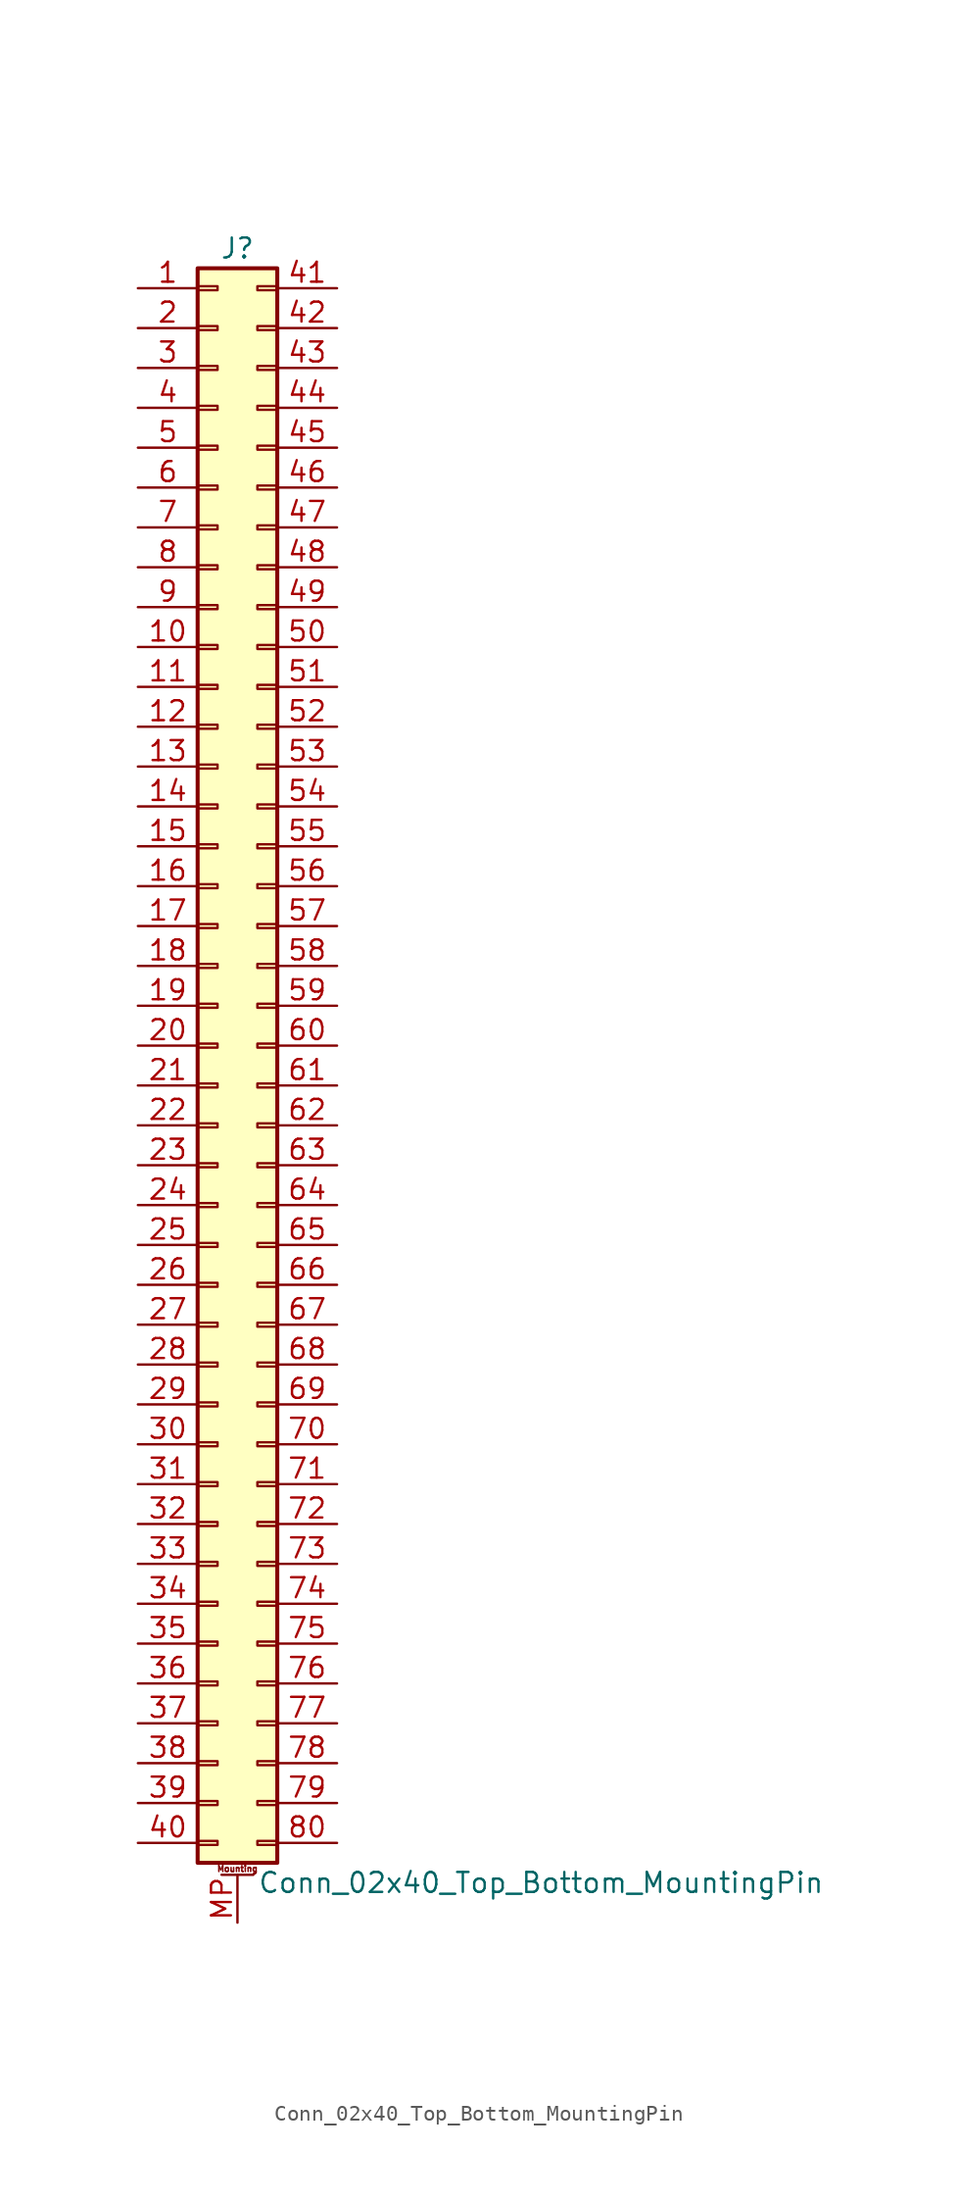
<source format=kicad_sym>
(kicad_symbol_lib
  (version 20211014)
  (generator kicad_symbol_editor)
  (symbol "Conn_02x40_Top_Bottom_MountingPin"
    (pin_names
      (offset 1.016) hide)
    (property "Reference" "J"
      (at 1.27 50.8 0)
      (effects (font (size 1.27 1.27))))
    (property "Value" "Conn_02x40_Top_Bottom_MountingPin"
      (at 2.54 -53.34 0)
      (effects (font (size 1.27 1.27)) (justify left)))
    (symbol "Conn_02x40_Top_Bottom_MountingPin_1_1"
      (rectangle (start -1.27 -50.673) (end 0 -50.927) (stroke (width 0.152) (type default) (color 0 0 0 0)) (fill (type none)))
      (rectangle (start -1.27 -48.133) (end 0 -48.387) (stroke (width 0.152) (type default) (color 0 0 0 0)) (fill (type none)))
      (rectangle (start -1.27 -45.593) (end 0 -45.847) (stroke (width 0.152) (type default) (color 0 0 0 0)) (fill (type none)))
      (rectangle (start -1.27 -43.053) (end 0 -43.307) (stroke (width 0.152) (type default) (color 0 0 0 0)) (fill (type none)))
      (rectangle (start -1.27 -40.513) (end 0 -40.767) (stroke (width 0.152) (type default) (color 0 0 0 0)) (fill (type none)))
      (rectangle (start -1.27 -37.973) (end 0 -38.227) (stroke (width 0.152) (type default) (color 0 0 0 0)) (fill (type none)))
      (rectangle (start -1.27 -35.433) (end 0 -35.687) (stroke (width 0.152) (type default) (color 0 0 0 0)) (fill (type none)))
      (rectangle (start -1.27 -32.893) (end 0 -33.147) (stroke (width 0.152) (type default) (color 0 0 0 0)) (fill (type none)))
      (rectangle (start -1.27 -30.353) (end 0 -30.607) (stroke (width 0.152) (type default) (color 0 0 0 0)) (fill (type none)))
      (rectangle (start -1.27 -27.813) (end 0 -28.067) (stroke (width 0.152) (type default) (color 0 0 0 0)) (fill (type none)))
      (rectangle (start -1.27 -25.273) (end 0 -25.527) (stroke (width 0.152) (type default) (color 0 0 0 0)) (fill (type none)))
      (rectangle (start -1.27 -22.733) (end 0 -22.987) (stroke (width 0.152) (type default) (color 0 0 0 0)) (fill (type none)))
      (rectangle (start -1.27 -20.193) (end 0 -20.447) (stroke (width 0.152) (type default) (color 0 0 0 0)) (fill (type none)))
      (rectangle (start -1.27 -17.653) (end 0 -17.907) (stroke (width 0.152) (type default) (color 0 0 0 0)) (fill (type none)))
      (rectangle (start -1.27 -15.113) (end 0 -15.367) (stroke (width 0.152) (type default) (color 0 0 0 0)) (fill (type none)))
      (rectangle (start -1.27 -12.573) (end 0 -12.827) (stroke (width 0.152) (type default) (color 0 0 0 0)) (fill (type none)))
      (rectangle (start -1.27 -10.033) (end 0 -10.287) (stroke (width 0.152) (type default) (color 0 0 0 0)) (fill (type none)))
      (rectangle (start -1.27 -7.493) (end 0 -7.747) (stroke (width 0.152) (type default) (color 0 0 0 0)) (fill (type none)))
      (rectangle (start -1.27 -4.953) (end 0 -5.207) (stroke (width 0.152) (type default) (color 0 0 0 0)) (fill (type none)))
      (rectangle (start -1.27 -2.413) (end 0 -2.667) (stroke (width 0.152) (type default) (color 0 0 0 0)) (fill (type none)))
      (rectangle (start -1.27 0.127) (end 0 -0.127) (stroke (width 0.152) (type default) (color 0 0 0 0)) (fill (type none)))
      (rectangle (start -1.27 2.667) (end 0 2.413) (stroke (width 0.152) (type default) (color 0 0 0 0)) (fill (type none)))
      (rectangle (start -1.27 5.207) (end 0 4.953) (stroke (width 0.152) (type default) (color 0 0 0 0)) (fill (type none)))
      (rectangle (start -1.27 7.747) (end 0 7.493) (stroke (width 0.152) (type default) (color 0 0 0 0)) (fill (type none)))
      (rectangle (start -1.27 10.287) (end 0 10.033) (stroke (width 0.152) (type default) (color 0 0 0 0)) (fill (type none)))
      (rectangle (start -1.27 12.827) (end 0 12.573) (stroke (width 0.152) (type default) (color 0 0 0 0)) (fill (type none)))
      (rectangle (start -1.27 15.367) (end 0 15.113) (stroke (width 0.152) (type default) (color 0 0 0 0)) (fill (type none)))
      (rectangle (start -1.27 17.907) (end 0 17.653) (stroke (width 0.152) (type default) (color 0 0 0 0)) (fill (type none)))
      (rectangle (start -1.27 20.447) (end 0 20.193) (stroke (width 0.152) (type default) (color 0 0 0 0)) (fill (type none)))
      (rectangle (start -1.27 22.987) (end 0 22.733) (stroke (width 0.152) (type default) (color 0 0 0 0)) (fill (type none)))
      (rectangle (start -1.27 25.527) (end 0 25.273) (stroke (width 0.152) (type default) (color 0 0 0 0)) (fill (type none)))
      (rectangle (start -1.27 28.067) (end 0 27.813) (stroke (width 0.152) (type default) (color 0 0 0 0)) (fill (type none)))
      (rectangle (start -1.27 30.607) (end 0 30.353) (stroke (width 0.152) (type default) (color 0 0 0 0)) (fill (type none)))
      (rectangle (start -1.27 33.147) (end 0 32.893) (stroke (width 0.152) (type default) (color 0 0 0 0)) (fill (type none)))
      (rectangle (start -1.27 35.687) (end 0 35.433) (stroke (width 0.152) (type default) (color 0 0 0 0)) (fill (type none)))
      (rectangle (start -1.27 38.227) (end 0 37.973) (stroke (width 0.152) (type default) (color 0 0 0 0)) (fill (type none)))
      (rectangle (start -1.27 40.767) (end 0 40.513) (stroke (width 0.152) (type default) (color 0 0 0 0)) (fill (type none)))
      (rectangle (start -1.27 43.307) (end 0 43.053) (stroke (width 0.152) (type default) (color 0 0 0 0)) (fill (type none)))
      (rectangle (start -1.27 45.847) (end 0 45.593) (stroke (width 0.152) (type default) (color 0 0 0 0)) (fill (type none)))
      (rectangle (start -1.27 48.387) (end 0 48.133) (stroke (width 0.152) (type default) (color 0 0 0 0)) (fill (type none)))
      (rectangle (start -1.27 49.53) (end 3.81 -52.07) (stroke (width 0.254) (type default) (color 0 0 0 0)) (fill (type background)))
      (polyline (pts (xy 0.254 -52.832) (xy 2.286 -52.832)) (stroke (width 0.152) (type default) (color 0 0 0 0)) (fill (type none)))
      (rectangle (start 3.81 -50.673) (end 2.54 -50.927) (stroke (width 0.152) (type default) (color 0 0 0 0)) (fill (type none)))
      (rectangle (start 3.81 -48.133) (end 2.54 -48.387) (stroke (width 0.152) (type default) (color 0 0 0 0)) (fill (type none)))
      (rectangle (start 3.81 -45.593) (end 2.54 -45.847) (stroke (width 0.152) (type default) (color 0 0 0 0)) (fill (type none)))
      (rectangle (start 3.81 -43.053) (end 2.54 -43.307) (stroke (width 0.152) (type default) (color 0 0 0 0)) (fill (type none)))
      (rectangle (start 3.81 -40.513) (end 2.54 -40.767) (stroke (width 0.152) (type default) (color 0 0 0 0)) (fill (type none)))
      (rectangle (start 3.81 -37.973) (end 2.54 -38.227) (stroke (width 0.152) (type default) (color 0 0 0 0)) (fill (type none)))
      (rectangle (start 3.81 -35.433) (end 2.54 -35.687) (stroke (width 0.152) (type default) (color 0 0 0 0)) (fill (type none)))
      (rectangle (start 3.81 -32.893) (end 2.54 -33.147) (stroke (width 0.152) (type default) (color 0 0 0 0)) (fill (type none)))
      (rectangle (start 3.81 -30.353) (end 2.54 -30.607) (stroke (width 0.152) (type default) (color 0 0 0 0)) (fill (type none)))
      (rectangle (start 3.81 -27.813) (end 2.54 -28.067) (stroke (width 0.152) (type default) (color 0 0 0 0)) (fill (type none)))
      (rectangle (start 3.81 -25.273) (end 2.54 -25.527) (stroke (width 0.152) (type default) (color 0 0 0 0)) (fill (type none)))
      (rectangle (start 3.81 -22.733) (end 2.54 -22.987) (stroke (width 0.152) (type default) (color 0 0 0 0)) (fill (type none)))
      (rectangle (start 3.81 -20.193) (end 2.54 -20.447) (stroke (width 0.152) (type default) (color 0 0 0 0)) (fill (type none)))
      (rectangle (start 3.81 -17.653) (end 2.54 -17.907) (stroke (width 0.152) (type default) (color 0 0 0 0)) (fill (type none)))
      (rectangle (start 3.81 -15.113) (end 2.54 -15.367) (stroke (width 0.152) (type default) (color 0 0 0 0)) (fill (type none)))
      (rectangle (start 3.81 -12.573) (end 2.54 -12.827) (stroke (width 0.152) (type default) (color 0 0 0 0)) (fill (type none)))
      (rectangle (start 3.81 -10.033) (end 2.54 -10.287) (stroke (width 0.152) (type default) (color 0 0 0 0)) (fill (type none)))
      (rectangle (start 3.81 -7.493) (end 2.54 -7.747) (stroke (width 0.152) (type default) (color 0 0 0 0)) (fill (type none)))
      (rectangle (start 3.81 -4.953) (end 2.54 -5.207) (stroke (width 0.152) (type default) (color 0 0 0 0)) (fill (type none)))
      (rectangle (start 3.81 -2.413) (end 2.54 -2.667) (stroke (width 0.152) (type default) (color 0 0 0 0)) (fill (type none)))
      (rectangle (start 3.81 0.127) (end 2.54 -0.127) (stroke (width 0.152) (type default) (color 0 0 0 0)) (fill (type none)))
      (rectangle (start 3.81 2.667) (end 2.54 2.413) (stroke (width 0.152) (type default) (color 0 0 0 0)) (fill (type none)))
      (rectangle (start 3.81 5.207) (end 2.54 4.953) (stroke (width 0.152) (type default) (color 0 0 0 0)) (fill (type none)))
      (rectangle (start 3.81 7.747) (end 2.54 7.493) (stroke (width 0.152) (type default) (color 0 0 0 0)) (fill (type none)))
      (rectangle (start 3.81 10.287) (end 2.54 10.033) (stroke (width 0.152) (type default) (color 0 0 0 0)) (fill (type none)))
      (rectangle (start 3.81 12.827) (end 2.54 12.573) (stroke (width 0.152) (type default) (color 0 0 0 0)) (fill (type none)))
      (rectangle (start 3.81 15.367) (end 2.54 15.113) (stroke (width 0.152) (type default) (color 0 0 0 0)) (fill (type none)))
      (rectangle (start 3.81 17.907) (end 2.54 17.653) (stroke (width 0.152) (type default) (color 0 0 0 0)) (fill (type none)))
      (rectangle (start 3.81 20.447) (end 2.54 20.193) (stroke (width 0.152) (type default) (color 0 0 0 0)) (fill (type none)))
      (rectangle (start 3.81 22.987) (end 2.54 22.733) (stroke (width 0.152) (type default) (color 0 0 0 0)) (fill (type none)))
      (rectangle (start 3.81 25.527) (end 2.54 25.273) (stroke (width 0.152) (type default) (color 0 0 0 0)) (fill (type none)))
      (rectangle (start 3.81 28.067) (end 2.54 27.813) (stroke (width 0.152) (type default) (color 0 0 0 0)) (fill (type none)))
      (rectangle (start 3.81 30.607) (end 2.54 30.353) (stroke (width 0.152) (type default) (color 0 0 0 0)) (fill (type none)))
      (rectangle (start 3.81 33.147) (end 2.54 32.893) (stroke (width 0.152) (type default) (color 0 0 0 0)) (fill (type none)))
      (rectangle (start 3.81 35.687) (end 2.54 35.433) (stroke (width 0.152) (type default) (color 0 0 0 0)) (fill (type none)))
      (rectangle (start 3.81 38.227) (end 2.54 37.973) (stroke (width 0.152) (type default) (color 0 0 0 0)) (fill (type none)))
      (rectangle (start 3.81 40.767) (end 2.54 40.513) (stroke (width 0.152) (type default) (color 0 0 0 0)) (fill (type none)))
      (rectangle (start 3.81 43.307) (end 2.54 43.053) (stroke (width 0.152) (type default) (color 0 0 0 0)) (fill (type none)))
      (rectangle (start 3.81 45.847) (end 2.54 45.593) (stroke (width 0.152) (type default) (color 0 0 0 0)) (fill (type none)))
      (rectangle (start 3.81 48.387) (end 2.54 48.133) (stroke (width 0.152) (type default) (color 0 0 0 0)) (fill (type none)))
      (text "Mounting" (at 1.27 -52.451 0) (effects (font (size 0.381 0.381))))
      (pin passive line (at -5.08 48.26 0) (length 3.81) (name "Pin_1" (effects (font (size 1.27 1.27)))) (number "1" (effects (font (size 1.27 1.27)))))
      (pin passive line (at -5.08 25.4 0) (length 3.81) (name "Pin_10" (effects (font (size 1.27 1.27)))) (number "10" (effects (font (size 1.27 1.27)))))
      (pin passive line (at -5.08 22.86 0) (length 3.81) (name "Pin_11" (effects (font (size 1.27 1.27)))) (number "11" (effects (font (size 1.27 1.27)))))
      (pin passive line (at -5.08 20.32 0) (length 3.81) (name "Pin_12" (effects (font (size 1.27 1.27)))) (number "12" (effects (font (size 1.27 1.27)))))
      (pin passive line (at -5.08 17.78 0) (length 3.81) (name "Pin_13" (effects (font (size 1.27 1.27)))) (number "13" (effects (font (size 1.27 1.27)))))
      (pin passive line (at -5.08 15.24 0) (length 3.81) (name "Pin_14" (effects (font (size 1.27 1.27)))) (number "14" (effects (font (size 1.27 1.27)))))
      (pin passive line (at -5.08 12.7 0) (length 3.81) (name "Pin_15" (effects (font (size 1.27 1.27)))) (number "15" (effects (font (size 1.27 1.27)))))
      (pin passive line (at -5.08 10.16 0) (length 3.81) (name "Pin_16" (effects (font (size 1.27 1.27)))) (number "16" (effects (font (size 1.27 1.27)))))
      (pin passive line (at -5.08 7.62 0) (length 3.81) (name "Pin_17" (effects (font (size 1.27 1.27)))) (number "17" (effects (font (size 1.27 1.27)))))
      (pin passive line (at -5.08 5.08 0) (length 3.81) (name "Pin_18" (effects (font (size 1.27 1.27)))) (number "18" (effects (font (size 1.27 1.27)))))
      (pin passive line (at -5.08 2.54 0) (length 3.81) (name "Pin_19" (effects (font (size 1.27 1.27)))) (number "19" (effects (font (size 1.27 1.27)))))
      (pin passive line (at -5.08 45.72 0) (length 3.81) (name "Pin_2" (effects (font (size 1.27 1.27)))) (number "2" (effects (font (size 1.27 1.27)))))
      (pin passive line (at -5.08 0 0) (length 3.81) (name "Pin_20" (effects (font (size 1.27 1.27)))) (number "20" (effects (font (size 1.27 1.27)))))
      (pin passive line (at -5.08 -2.54 0) (length 3.81) (name "Pin_21" (effects (font (size 1.27 1.27)))) (number "21" (effects (font (size 1.27 1.27)))))
      (pin passive line (at -5.08 -5.08 0) (length 3.81) (name "Pin_22" (effects (font (size 1.27 1.27)))) (number "22" (effects (font (size 1.27 1.27)))))
      (pin passive line (at -5.08 -7.62 0) (length 3.81) (name "Pin_23" (effects (font (size 1.27 1.27)))) (number "23" (effects (font (size 1.27 1.27)))))
      (pin passive line (at -5.08 -10.16 0) (length 3.81) (name "Pin_24" (effects (font (size 1.27 1.27)))) (number "24" (effects (font (size 1.27 1.27)))))
      (pin passive line (at -5.08 -12.7 0) (length 3.81) (name "Pin_25" (effects (font (size 1.27 1.27)))) (number "25" (effects (font (size 1.27 1.27)))))
      (pin passive line (at -5.08 -15.24 0) (length 3.81) (name "Pin_26" (effects (font (size 1.27 1.27)))) (number "26" (effects (font (size 1.27 1.27)))))
      (pin passive line (at -5.08 -17.78 0) (length 3.81) (name "Pin_27" (effects (font (size 1.27 1.27)))) (number "27" (effects (font (size 1.27 1.27)))))
      (pin passive line (at -5.08 -20.32 0) (length 3.81) (name "Pin_28" (effects (font (size 1.27 1.27)))) (number "28" (effects (font (size 1.27 1.27)))))
      (pin passive line (at -5.08 -22.86 0) (length 3.81) (name "Pin_29" (effects (font (size 1.27 1.27)))) (number "29" (effects (font (size 1.27 1.27)))))
      (pin passive line (at -5.08 43.18 0) (length 3.81) (name "Pin_3" (effects (font (size 1.27 1.27)))) (number "3" (effects (font (size 1.27 1.27)))))
      (pin passive line (at -5.08 -25.4 0) (length 3.81) (name "Pin_30" (effects (font (size 1.27 1.27)))) (number "30" (effects (font (size 1.27 1.27)))))
      (pin passive line (at -5.08 -27.94 0) (length 3.81) (name "Pin_31" (effects (font (size 1.27 1.27)))) (number "31" (effects (font (size 1.27 1.27)))))
      (pin passive line (at -5.08 -30.48 0) (length 3.81) (name "Pin_32" (effects (font (size 1.27 1.27)))) (number "32" (effects (font (size 1.27 1.27)))))
      (pin passive line (at -5.08 -33.02 0) (length 3.81) (name "Pin_33" (effects (font (size 1.27 1.27)))) (number "33" (effects (font (size 1.27 1.27)))))
      (pin passive line (at -5.08 -35.56 0) (length 3.81) (name "Pin_34" (effects (font (size 1.27 1.27)))) (number "34" (effects (font (size 1.27 1.27)))))
      (pin passive line (at -5.08 -38.1 0) (length 3.81) (name "Pin_35" (effects (font (size 1.27 1.27)))) (number "35" (effects (font (size 1.27 1.27)))))
      (pin passive line (at -5.08 -40.64 0) (length 3.81) (name "Pin_36" (effects (font (size 1.27 1.27)))) (number "36" (effects (font (size 1.27 1.27)))))
      (pin passive line (at -5.08 -43.18 0) (length 3.81) (name "Pin_37" (effects (font (size 1.27 1.27)))) (number "37" (effects (font (size 1.27 1.27)))))
      (pin passive line (at -5.08 -45.72 0) (length 3.81) (name "Pin_38" (effects (font (size 1.27 1.27)))) (number "38" (effects (font (size 1.27 1.27)))))
      (pin passive line (at -5.08 -48.26 0) (length 3.81) (name "Pin_39" (effects (font (size 1.27 1.27)))) (number "39" (effects (font (size 1.27 1.27)))))
      (pin passive line (at -5.08 40.64 0) (length 3.81) (name "Pin_4" (effects (font (size 1.27 1.27)))) (number "4" (effects (font (size 1.27 1.27)))))
      (pin passive line (at -5.08 -50.8 0) (length 3.81) (name "Pin_40" (effects (font (size 1.27 1.27)))) (number "40" (effects (font (size 1.27 1.27)))))
      (pin passive line (at 7.62 48.26 180) (length 3.81) (name "Pin_41" (effects (font (size 1.27 1.27)))) (number "41" (effects (font (size 1.27 1.27)))))
      (pin passive line (at 7.62 45.72 180) (length 3.81) (name "Pin_42" (effects (font (size 1.27 1.27)))) (number "42" (effects (font (size 1.27 1.27)))))
      (pin passive line (at 7.62 43.18 180) (length 3.81) (name "Pin_43" (effects (font (size 1.27 1.27)))) (number "43" (effects (font (size 1.27 1.27)))))
      (pin passive line (at 7.62 40.64 180) (length 3.81) (name "Pin_44" (effects (font (size 1.27 1.27)))) (number "44" (effects (font (size 1.27 1.27)))))
      (pin passive line (at 7.62 38.1 180) (length 3.81) (name "Pin_45" (effects (font (size 1.27 1.27)))) (number "45" (effects (font (size 1.27 1.27)))))
      (pin passive line (at 7.62 35.56 180) (length 3.81) (name "Pin_46" (effects (font (size 1.27 1.27)))) (number "46" (effects (font (size 1.27 1.27)))))
      (pin passive line (at 7.62 33.02 180) (length 3.81) (name "Pin_47" (effects (font (size 1.27 1.27)))) (number "47" (effects (font (size 1.27 1.27)))))
      (pin passive line (at 7.62 30.48 180) (length 3.81) (name "Pin_48" (effects (font (size 1.27 1.27)))) (number "48" (effects (font (size 1.27 1.27)))))
      (pin passive line (at 7.62 27.94 180) (length 3.81) (name "Pin_49" (effects (font (size 1.27 1.27)))) (number "49" (effects (font (size 1.27 1.27)))))
      (pin passive line (at -5.08 38.1 0) (length 3.81) (name "Pin_5" (effects (font (size 1.27 1.27)))) (number "5" (effects (font (size 1.27 1.27)))))
      (pin passive line (at 7.62 25.4 180) (length 3.81) (name "Pin_50" (effects (font (size 1.27 1.27)))) (number "50" (effects (font (size 1.27 1.27)))))
      (pin passive line (at 7.62 22.86 180) (length 3.81) (name "Pin_51" (effects (font (size 1.27 1.27)))) (number "51" (effects (font (size 1.27 1.27)))))
      (pin passive line (at 7.62 20.32 180) (length 3.81) (name "Pin_52" (effects (font (size 1.27 1.27)))) (number "52" (effects (font (size 1.27 1.27)))))
      (pin passive line (at 7.62 17.78 180) (length 3.81) (name "Pin_53" (effects (font (size 1.27 1.27)))) (number "53" (effects (font (size 1.27 1.27)))))
      (pin passive line (at 7.62 15.24 180) (length 3.81) (name "Pin_54" (effects (font (size 1.27 1.27)))) (number "54" (effects (font (size 1.27 1.27)))))
      (pin passive line (at 7.62 12.7 180) (length 3.81) (name "Pin_55" (effects (font (size 1.27 1.27)))) (number "55" (effects (font (size 1.27 1.27)))))
      (pin passive line (at 7.62 10.16 180) (length 3.81) (name "Pin_56" (effects (font (size 1.27 1.27)))) (number "56" (effects (font (size 1.27 1.27)))))
      (pin passive line (at 7.62 7.62 180) (length 3.81) (name "Pin_57" (effects (font (size 1.27 1.27)))) (number "57" (effects (font (size 1.27 1.27)))))
      (pin passive line (at 7.62 5.08 180) (length 3.81) (name "Pin_58" (effects (font (size 1.27 1.27)))) (number "58" (effects (font (size 1.27 1.27)))))
      (pin passive line (at 7.62 2.54 180) (length 3.81) (name "Pin_59" (effects (font (size 1.27 1.27)))) (number "59" (effects (font (size 1.27 1.27)))))
      (pin passive line (at -5.08 35.56 0) (length 3.81) (name "Pin_6" (effects (font (size 1.27 1.27)))) (number "6" (effects (font (size 1.27 1.27)))))
      (pin passive line (at 7.62 0 180) (length 3.81) (name "Pin_60" (effects (font (size 1.27 1.27)))) (number "60" (effects (font (size 1.27 1.27)))))
      (pin passive line (at 7.62 -2.54 180) (length 3.81) (name "Pin_61" (effects (font (size 1.27 1.27)))) (number "61" (effects (font (size 1.27 1.27)))))
      (pin passive line (at 7.62 -5.08 180) (length 3.81) (name "Pin_62" (effects (font (size 1.27 1.27)))) (number "62" (effects (font (size 1.27 1.27)))))
      (pin passive line (at 7.62 -7.62 180) (length 3.81) (name "Pin_63" (effects (font (size 1.27 1.27)))) (number "63" (effects (font (size 1.27 1.27)))))
      (pin passive line (at 7.62 -10.16 180) (length 3.81) (name "Pin_64" (effects (font (size 1.27 1.27)))) (number "64" (effects (font (size 1.27 1.27)))))
      (pin passive line (at 7.62 -12.7 180) (length 3.81) (name "Pin_65" (effects (font (size 1.27 1.27)))) (number "65" (effects (font (size 1.27 1.27)))))
      (pin passive line (at 7.62 -15.24 180) (length 3.81) (name "Pin_66" (effects (font (size 1.27 1.27)))) (number "66" (effects (font (size 1.27 1.27)))))
      (pin passive line (at 7.62 -17.78 180) (length 3.81) (name "Pin_67" (effects (font (size 1.27 1.27)))) (number "67" (effects (font (size 1.27 1.27)))))
      (pin passive line (at 7.62 -20.32 180) (length 3.81) (name "Pin_68" (effects (font (size 1.27 1.27)))) (number "68" (effects (font (size 1.27 1.27)))))
      (pin passive line (at 7.62 -22.86 180) (length 3.81) (name "Pin_69" (effects (font (size 1.27 1.27)))) (number "69" (effects (font (size 1.27 1.27)))))
      (pin passive line (at -5.08 33.02 0) (length 3.81) (name "Pin_7" (effects (font (size 1.27 1.27)))) (number "7" (effects (font (size 1.27 1.27)))))
      (pin passive line (at 7.62 -25.4 180) (length 3.81) (name "Pin_70" (effects (font (size 1.27 1.27)))) (number "70" (effects (font (size 1.27 1.27)))))
      (pin passive line (at 7.62 -27.94 180) (length 3.81) (name "Pin_71" (effects (font (size 1.27 1.27)))) (number "71" (effects (font (size 1.27 1.27)))))
      (pin passive line (at 7.62 -30.48 180) (length 3.81) (name "Pin_72" (effects (font (size 1.27 1.27)))) (number "72" (effects (font (size 1.27 1.27)))))
      (pin passive line (at 7.62 -33.02 180) (length 3.81) (name "Pin_73" (effects (font (size 1.27 1.27)))) (number "73" (effects (font (size 1.27 1.27)))))
      (pin passive line (at 7.62 -35.56 180) (length 3.81) (name "Pin_74" (effects (font (size 1.27 1.27)))) (number "74" (effects (font (size 1.27 1.27)))))
      (pin passive line (at 7.62 -38.1 180) (length 3.81) (name "Pin_75" (effects (font (size 1.27 1.27)))) (number "75" (effects (font (size 1.27 1.27)))))
      (pin passive line (at 7.62 -40.64 180) (length 3.81) (name "Pin_76" (effects (font (size 1.27 1.27)))) (number "76" (effects (font (size 1.27 1.27)))))
      (pin passive line (at 7.62 -43.18 180) (length 3.81) (name "Pin_77" (effects (font (size 1.27 1.27)))) (number "77" (effects (font (size 1.27 1.27)))))
      (pin passive line (at 7.62 -45.72 180) (length 3.81) (name "Pin_78" (effects (font (size 1.27 1.27)))) (number "78" (effects (font (size 1.27 1.27)))))
      (pin passive line (at 7.62 -48.26 180) (length 3.81) (name "Pin_79" (effects (font (size 1.27 1.27)))) (number "79" (effects (font (size 1.27 1.27)))))
      (pin passive line (at -5.08 30.48 0) (length 3.81) (name "Pin_8" (effects (font (size 1.27 1.27)))) (number "8" (effects (font (size 1.27 1.27)))))
      (pin passive line (at 7.62 -50.8 180) (length 3.81) (name "Pin_80" (effects (font (size 1.27 1.27)))) (number "80" (effects (font (size 1.27 1.27)))))
      (pin passive line (at -5.08 27.94 0) (length 3.81) (name "Pin_9" (effects (font (size 1.27 1.27)))) (number "9" (effects (font (size 1.27 1.27)))))
      (pin passive line (at 1.27 -55.88 90) (length 3.048) (name "MountPin" (effects (font (size 1.27 1.27)))) (number "MP" (effects (font (size 1.27 1.27))))))))
</source>
